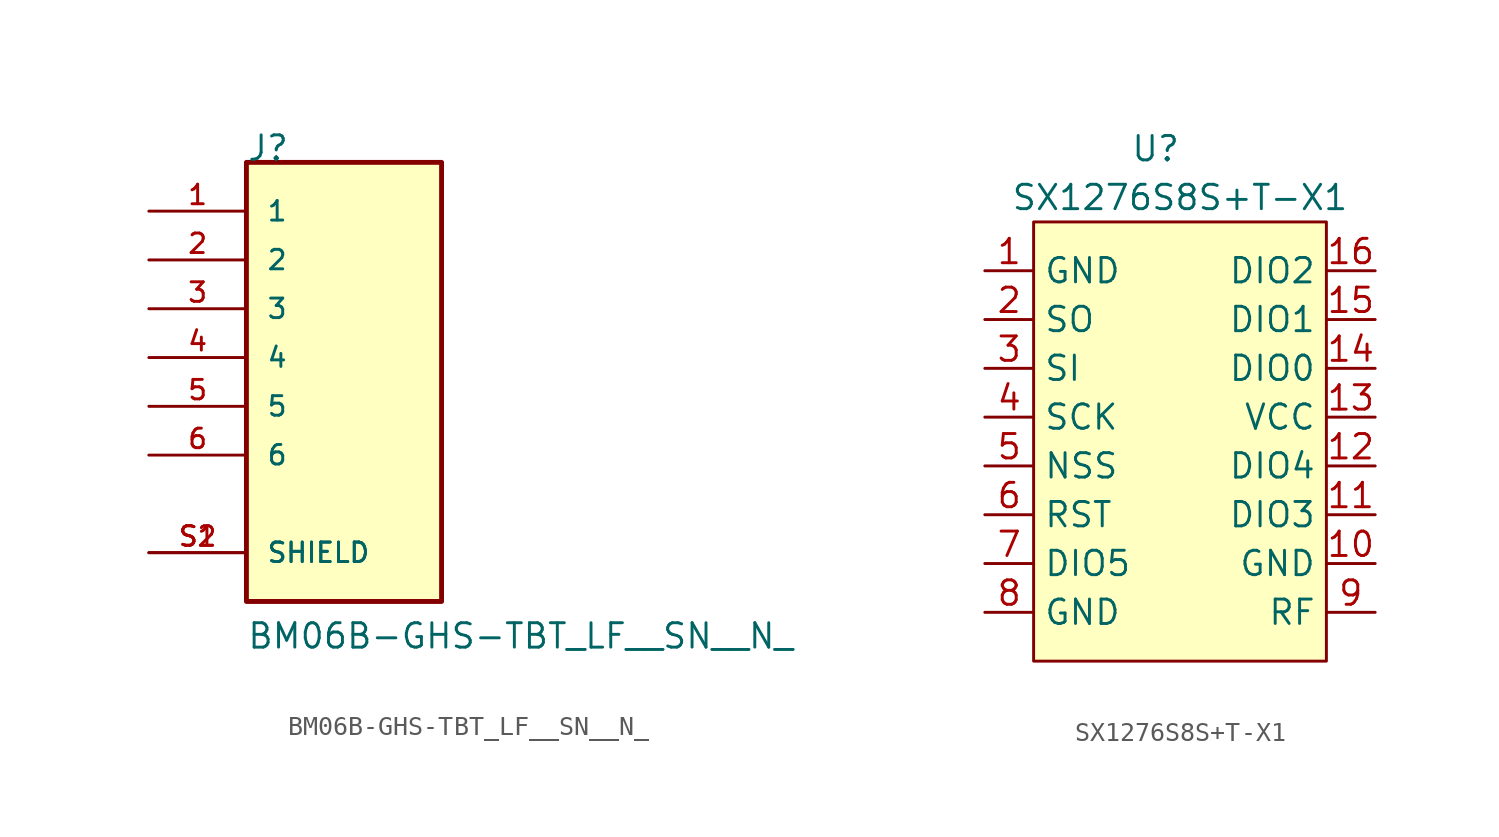
<source format=kicad_sym>
(kicad_symbol_lib
  (version 20211014)
  (generator kicad_symbol_editor)
  (symbol "BM06B-GHS-TBT_LF__SN__N_"
    (pin_names
      (offset 1.016))
    (property "Reference" "J"
      (at -5.08 10.16 0)
      (effects (font (size 1.27 1.27)) (justify left bottom)))
    (property "Value" "BM06B-GHS-TBT_LF__SN__N_"
      (at -5.08 -15.24 0)
      (effects (font (size 1.27 1.27)) (justify left bottom)))
    (symbol "BM06B-GHS-TBT_LF__SN__N__0_0"
      (rectangle (start -5.08 -12.7) (end 5.08 10.16) (stroke (width 0.254) (type default) (color 0 0 0 0)) (fill (type background)))
      (pin passive line (at -10.16 7.62 0) (length 5.08) (name "1" (effects (font (size 1.016 1.016)))) (number "1" (effects (font (size 1.016 1.016)))))
      (pin passive line (at -10.16 5.08 0) (length 5.08) (name "2" (effects (font (size 1.016 1.016)))) (number "2" (effects (font (size 1.016 1.016)))))
      (pin passive line (at -10.16 2.54 0) (length 5.08) (name "3" (effects (font (size 1.016 1.016)))) (number "3" (effects (font (size 1.016 1.016)))))
      (pin passive line (at -10.16 0 0) (length 5.08) (name "4" (effects (font (size 1.016 1.016)))) (number "4" (effects (font (size 1.016 1.016)))))
      (pin passive line (at -10.16 -2.54 0) (length 5.08) (name "5" (effects (font (size 1.016 1.016)))) (number "5" (effects (font (size 1.016 1.016)))))
      (pin passive line (at -10.16 -5.08 0) (length 5.08) (name "6" (effects (font (size 1.016 1.016)))) (number "6" (effects (font (size 1.016 1.016)))))
      (pin passive line (at -10.16 -10.16 0) (length 5.08) (name "SHIELD" (effects (font (size 1.016 1.016)))) (number "S1" (effects (font (size 1.016 1.016)))))
      (pin passive line (at -10.16 -10.16 0) (length 5.08) (name "SHIELD" (effects (font (size 1.016 1.016)))) (number "S2" (effects (font (size 1.016 1.016)))))))
  (symbol "SX1276S8S+T-X1"
    (property "Reference" "U"
      (at -1.27 13.97 0)
      (effects (font (size 1.27 1.27))))
    (property "Value" "SX1276S8S+T-X1"
      (at 0 11.43 0)
      (effects (font (size 1.27 1.27))))
    (symbol "SX1276S8S+T-X1_0_1"
      (rectangle (start -7.62 10.16) (end 7.62 -12.7) (stroke (width 0) (type default) (color 0 0 0 0)) (fill (type background))))
    (symbol "SX1276S8S+T-X1_1_1"
      (pin input line (at -10.16 7.62 0) (length 2.54) (name "GND" (effects (font (size 1.27 1.27)))) (number "1" (effects (font (size 1.27 1.27)))))
      (pin input line (at 10.16 -7.62 180) (length 2.54) (name "GND" (effects (font (size 1.27 1.27)))) (number "10" (effects (font (size 1.27 1.27)))))
      (pin input line (at 10.16 -5.08 180) (length 2.54) (name "DIO3" (effects (font (size 1.27 1.27)))) (number "11" (effects (font (size 1.27 1.27)))))
      (pin input line (at 10.16 -2.54 180) (length 2.54) (name "DIO4" (effects (font (size 1.27 1.27)))) (number "12" (effects (font (size 1.27 1.27)))))
      (pin input line (at 10.16 0 180) (length 2.54) (name "VCC" (effects (font (size 1.27 1.27)))) (number "13" (effects (font (size 1.27 1.27)))))
      (pin input line (at 10.16 2.54 180) (length 2.54) (name "DIO0" (effects (font (size 1.27 1.27)))) (number "14" (effects (font (size 1.27 1.27)))))
      (pin input line (at 10.16 5.08 180) (length 2.54) (name "DIO1" (effects (font (size 1.27 1.27)))) (number "15" (effects (font (size 1.27 1.27)))))
      (pin input line (at 10.16 7.62 180) (length 2.54) (name "DIO2" (effects (font (size 1.27 1.27)))) (number "16" (effects (font (size 1.27 1.27)))))
      (pin input line (at -10.16 5.08 0) (length 2.54) (name "SO" (effects (font (size 1.27 1.27)))) (number "2" (effects (font (size 1.27 1.27)))))
      (pin input line (at -10.16 2.54 0) (length 2.54) (name "SI" (effects (font (size 1.27 1.27)))) (number "3" (effects (font (size 1.27 1.27)))))
      (pin input line (at -10.16 0 0) (length 2.54) (name "SCK" (effects (font (size 1.27 1.27)))) (number "4" (effects (font (size 1.27 1.27)))))
      (pin input line (at -10.16 -2.54 0) (length 2.54) (name "NSS" (effects (font (size 1.27 1.27)))) (number "5" (effects (font (size 1.27 1.27)))))
      (pin input line (at -10.16 -5.08 0) (length 2.54) (name "RST" (effects (font (size 1.27 1.27)))) (number "6" (effects (font (size 1.27 1.27)))))
      (pin input line (at -10.16 -7.62 0) (length 2.54) (name "DIO5" (effects (font (size 1.27 1.27)))) (number "7" (effects (font (size 1.27 1.27)))))
      (pin input line (at -10.16 -10.16 0) (length 2.54) (name "GND" (effects (font (size 1.27 1.27)))) (number "8" (effects (font (size 1.27 1.27)))))
      (pin input line (at 10.16 -10.16 180) (length 2.54) (name "RF" (effects (font (size 1.27 1.27)))) (number "9" (effects (font (size 1.27 1.27))))))))
</source>
